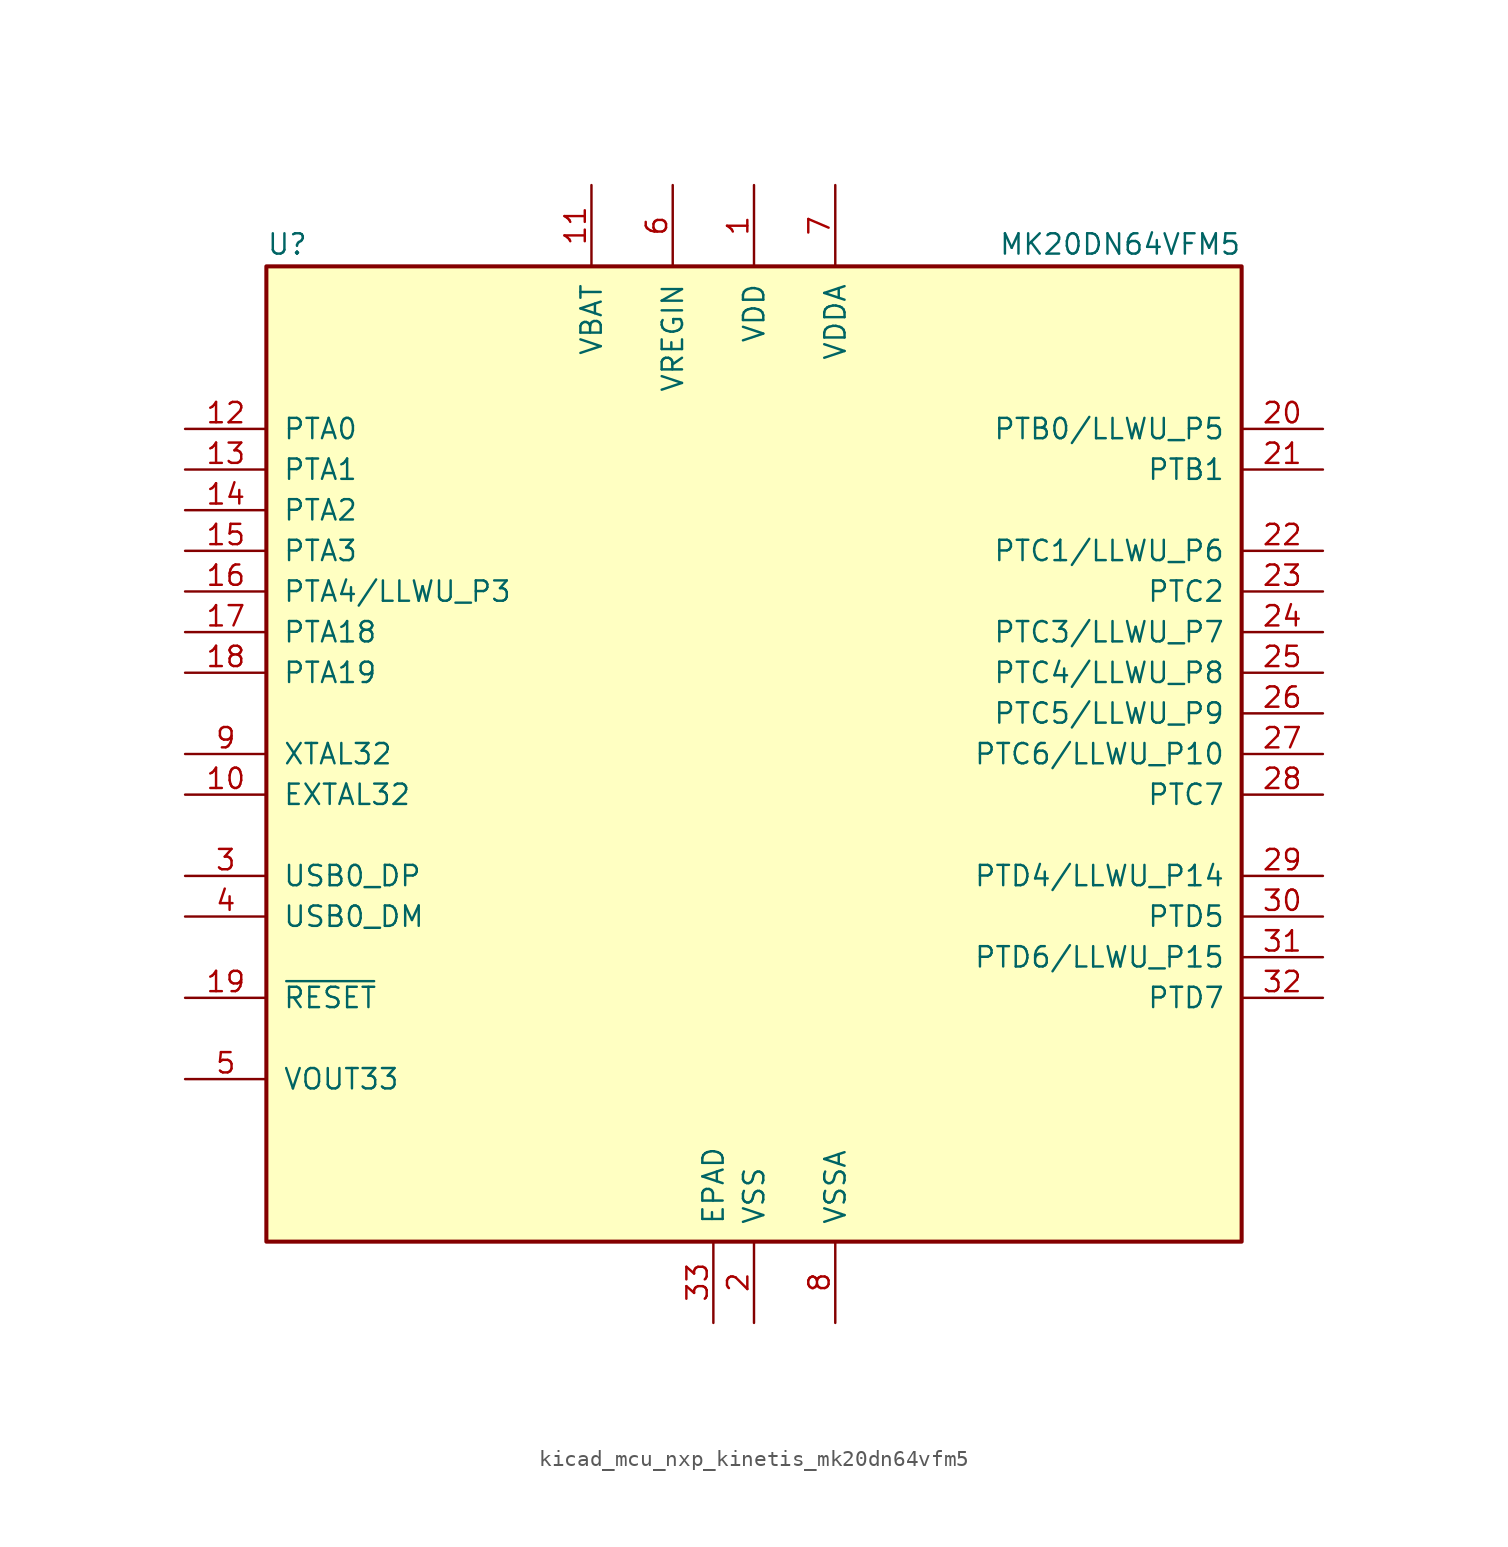
<source format=kicad_sym>
(kicad_symbol_lib
  (version 20220914)
  (generator kicad_symbol_editor)
  (symbol "kicad_mcu_nxp_kinetis_mk20dn64vfm5"
    (pin_names
      (offset 1.016))
    (property "Reference" "U"
      (at -30.48 31.115 0)
      (effects (font (size 1.27 1.27)) (justify left bottom)))
    (property "Value" "MK20DN64VFM5"
      (at 30.48 31.115 0)
      (effects (font (size 1.27 1.27)) (justify right bottom)))
    (symbol "kicad_mcu_nxp_kinetis_mk20dn64vfm5_0_1"
      (rectangle (start -30.48 30.48) (end 30.48 -30.48) (stroke (width 0.254) (type default)) (fill (type background)))
      (pin power_in line (at 0 35.56 270) (length 5.08) (name "VDD" (effects (font (size 1.27 1.27)))) (number "1" (effects (font (size 1.27 1.27)))))
      (pin input line (at -35.56 -2.54 0) (length 5.08) (name "EXTAL32" (effects (font (size 1.27 1.27)))) (number "10" (effects (font (size 1.27 1.27)))))
      (pin power_in line (at -10.16 35.56 270) (length 5.08) (name "VBAT" (effects (font (size 1.27 1.27)))) (number "11" (effects (font (size 1.27 1.27)))))
      (pin bidirectional line (at -35.56 20.32 0) (length 5.08) (name "PTA0" (effects (font (size 1.27 1.27)))) (number "12" (effects (font (size 1.27 1.27)))))
      (pin bidirectional line (at -35.56 17.78 0) (length 5.08) (name "PTA1" (effects (font (size 1.27 1.27)))) (number "13" (effects (font (size 1.27 1.27)))))
      (pin bidirectional line (at -35.56 15.24 0) (length 5.08) (name "PTA2" (effects (font (size 1.27 1.27)))) (number "14" (effects (font (size 1.27 1.27)))))
      (pin bidirectional line (at -35.56 12.7 0) (length 5.08) (name "PTA3" (effects (font (size 1.27 1.27)))) (number "15" (effects (font (size 1.27 1.27)))))
      (pin bidirectional line (at -35.56 10.16 0) (length 5.08) (name "PTA4/LLWU_P3" (effects (font (size 1.27 1.27)))) (number "16" (effects (font (size 1.27 1.27)))))
      (pin bidirectional line (at -35.56 7.62 0) (length 5.08) (name "PTA18" (effects (font (size 1.27 1.27)))) (number "17" (effects (font (size 1.27 1.27)))))
      (pin bidirectional line (at -35.56 5.08 0) (length 5.08) (name "PTA19" (effects (font (size 1.27 1.27)))) (number "18" (effects (font (size 1.27 1.27)))))
      (pin input line (at -35.56 -15.24 0) (length 5.08) (name "~{RESET}" (effects (font (size 1.27 1.27)))) (number "19" (effects (font (size 1.27 1.27)))))
      (pin power_in line (at 0 -35.56 90) (length 5.08) (name "VSS" (effects (font (size 1.27 1.27)))) (number "2" (effects (font (size 1.27 1.27)))))
      (pin bidirectional line (at 35.56 20.32 180) (length 5.08) (name "PTB0/LLWU_P5" (effects (font (size 1.27 1.27)))) (number "20" (effects (font (size 1.27 1.27)))))
      (pin bidirectional line (at 35.56 17.78 180) (length 5.08) (name "PTB1" (effects (font (size 1.27 1.27)))) (number "21" (effects (font (size 1.27 1.27)))))
      (pin bidirectional line (at 35.56 12.7 180) (length 5.08) (name "PTC1/LLWU_P6" (effects (font (size 1.27 1.27)))) (number "22" (effects (font (size 1.27 1.27)))))
      (pin bidirectional line (at 35.56 10.16 180) (length 5.08) (name "PTC2" (effects (font (size 1.27 1.27)))) (number "23" (effects (font (size 1.27 1.27)))))
      (pin bidirectional line (at 35.56 7.62 180) (length 5.08) (name "PTC3/LLWU_P7" (effects (font (size 1.27 1.27)))) (number "24" (effects (font (size 1.27 1.27)))))
      (pin bidirectional line (at 35.56 5.08 180) (length 5.08) (name "PTC4/LLWU_P8" (effects (font (size 1.27 1.27)))) (number "25" (effects (font (size 1.27 1.27)))))
      (pin bidirectional line (at 35.56 2.54 180) (length 5.08) (name "PTC5/LLWU_P9" (effects (font (size 1.27 1.27)))) (number "26" (effects (font (size 1.27 1.27)))))
      (pin bidirectional line (at 35.56 0 180) (length 5.08) (name "PTC6/LLWU_P10" (effects (font (size 1.27 1.27)))) (number "27" (effects (font (size 1.27 1.27)))))
      (pin bidirectional line (at 35.56 -2.54 180) (length 5.08) (name "PTC7" (effects (font (size 1.27 1.27)))) (number "28" (effects (font (size 1.27 1.27)))))
      (pin bidirectional line (at 35.56 -7.62 180) (length 5.08) (name "PTD4/LLWU_P14" (effects (font (size 1.27 1.27)))) (number "29" (effects (font (size 1.27 1.27)))))
      (pin bidirectional line (at -35.56 -7.62 0) (length 5.08) (name "USB0_DP" (effects (font (size 1.27 1.27)))) (number "3" (effects (font (size 1.27 1.27)))))
      (pin bidirectional line (at 35.56 -10.16 180) (length 5.08) (name "PTD5" (effects (font (size 1.27 1.27)))) (number "30" (effects (font (size 1.27 1.27)))))
      (pin bidirectional line (at 35.56 -12.7 180) (length 5.08) (name "PTD6/LLWU_P15" (effects (font (size 1.27 1.27)))) (number "31" (effects (font (size 1.27 1.27)))))
      (pin bidirectional line (at 35.56 -15.24 180) (length 5.08) (name "PTD7" (effects (font (size 1.27 1.27)))) (number "32" (effects (font (size 1.27 1.27)))))
      (pin power_out line (at -35.56 -20.32 0) (length 5.08) (name "VOUT33" (effects (font (size 1.27 1.27)))) (number "5" (effects (font (size 1.27 1.27)))))
      (pin power_in line (at -5.08 35.56 270) (length 5.08) (name "VREGIN" (effects (font (size 1.27 1.27)))) (number "6" (effects (font (size 1.27 1.27)))))
      (pin power_in line (at 5.08 35.56 270) (length 5.08) (name "VDDA" (effects (font (size 1.27 1.27)))) (number "7" (effects (font (size 1.27 1.27)))))
      (pin power_in line (at 5.08 -35.56 90) (length 5.08) (name "VSSA" (effects (font (size 1.27 1.27)))) (number "8" (effects (font (size 1.27 1.27)))))
      (pin input line (at -35.56 0 0) (length 5.08) (name "XTAL32" (effects (font (size 1.27 1.27)))) (number "9" (effects (font (size 1.27 1.27))))))
    (symbol "kicad_mcu_nxp_kinetis_mk20dn64vfm5_1_1"
      (pin power_in line (at -2.54 -35.56 90) (length 5.08) (name "EPAD" (effects (font (size 1.27 1.27)))) (number "33" (effects (font (size 1.27 1.27)))))
      (pin bidirectional line (at -35.56 -10.16 0) (length 5.08) (name "USB0_DM" (effects (font (size 1.27 1.27)))) (number "4" (effects (font (size 1.27 1.27))))))))
</source>
